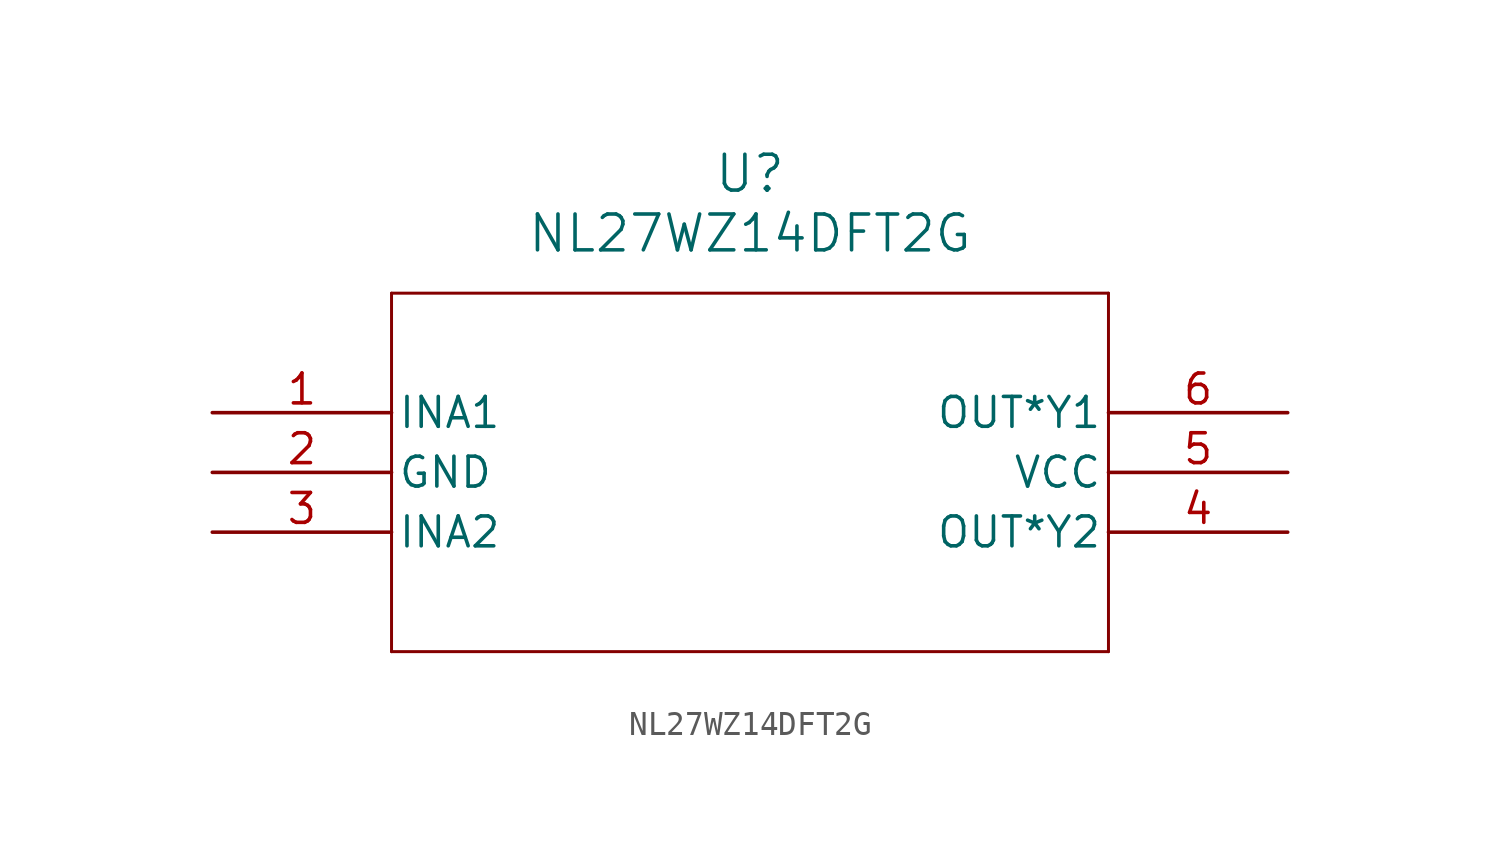
<source format=kicad_sym>
(kicad_symbol_lib
  (version 20211014)
  (generator kicad_symbol_editor)
  (symbol "NL27WZ14DFT2G"
    (pin_names
      (offset 0.254))
    (property "Reference" "U"
      (at 22.86 10.16 0)
      (effects (font (size 1.524 1.524))))
    (property "Value" "NL27WZ14DFT2G"
      (at 22.86 7.62 0)
      (effects (font (size 1.524 1.524))))
    (symbol "NL27WZ14DFT2G_0_1"
      (polyline (pts (xy 7.62 5.08) (xy 7.62 -10.16)) (stroke (width 0.127) (type default) (color 0 0 0 0)) (fill (type none)))
      (polyline (pts (xy 7.62 -10.16) (xy 38.1 -10.16)) (stroke (width 0.127) (type default) (color 0 0 0 0)) (fill (type none)))
      (polyline (pts (xy 38.1 -10.16) (xy 38.1 5.08)) (stroke (width 0.127) (type default) (color 0 0 0 0)) (fill (type none)))
      (polyline (pts (xy 38.1 5.08) (xy 7.62 5.08)) (stroke (width 0.127) (type default) (color 0 0 0 0)) (fill (type none)))
      (pin input line (at 0 0 0) (length 7.62) (name "INA1" (effects (font (size 1.27 1.27)))) (number "1" (effects (font (size 1.27 1.27)))))
      (pin power_in line (at 0 -2.54 0) (length 7.62) (name "GND" (effects (font (size 1.27 1.27)))) (number "2" (effects (font (size 1.27 1.27)))))
      (pin input line (at 0 -5.08 0) (length 7.62) (name "INA2" (effects (font (size 1.27 1.27)))) (number "3" (effects (font (size 1.27 1.27)))))
      (pin output line (at 45.72 -5.08 180) (length 7.62) (name "OUT*Y2" (effects (font (size 1.27 1.27)))) (number "4" (effects (font (size 1.27 1.27)))))
      (pin power_in line (at 45.72 -2.54 180) (length 7.62) (name "VCC" (effects (font (size 1.27 1.27)))) (number "5" (effects (font (size 1.27 1.27)))))
      (pin output line (at 45.72 0 180) (length 7.62) (name "OUT*Y1" (effects (font (size 1.27 1.27)))) (number "6" (effects (font (size 1.27 1.27))))))))
</source>
